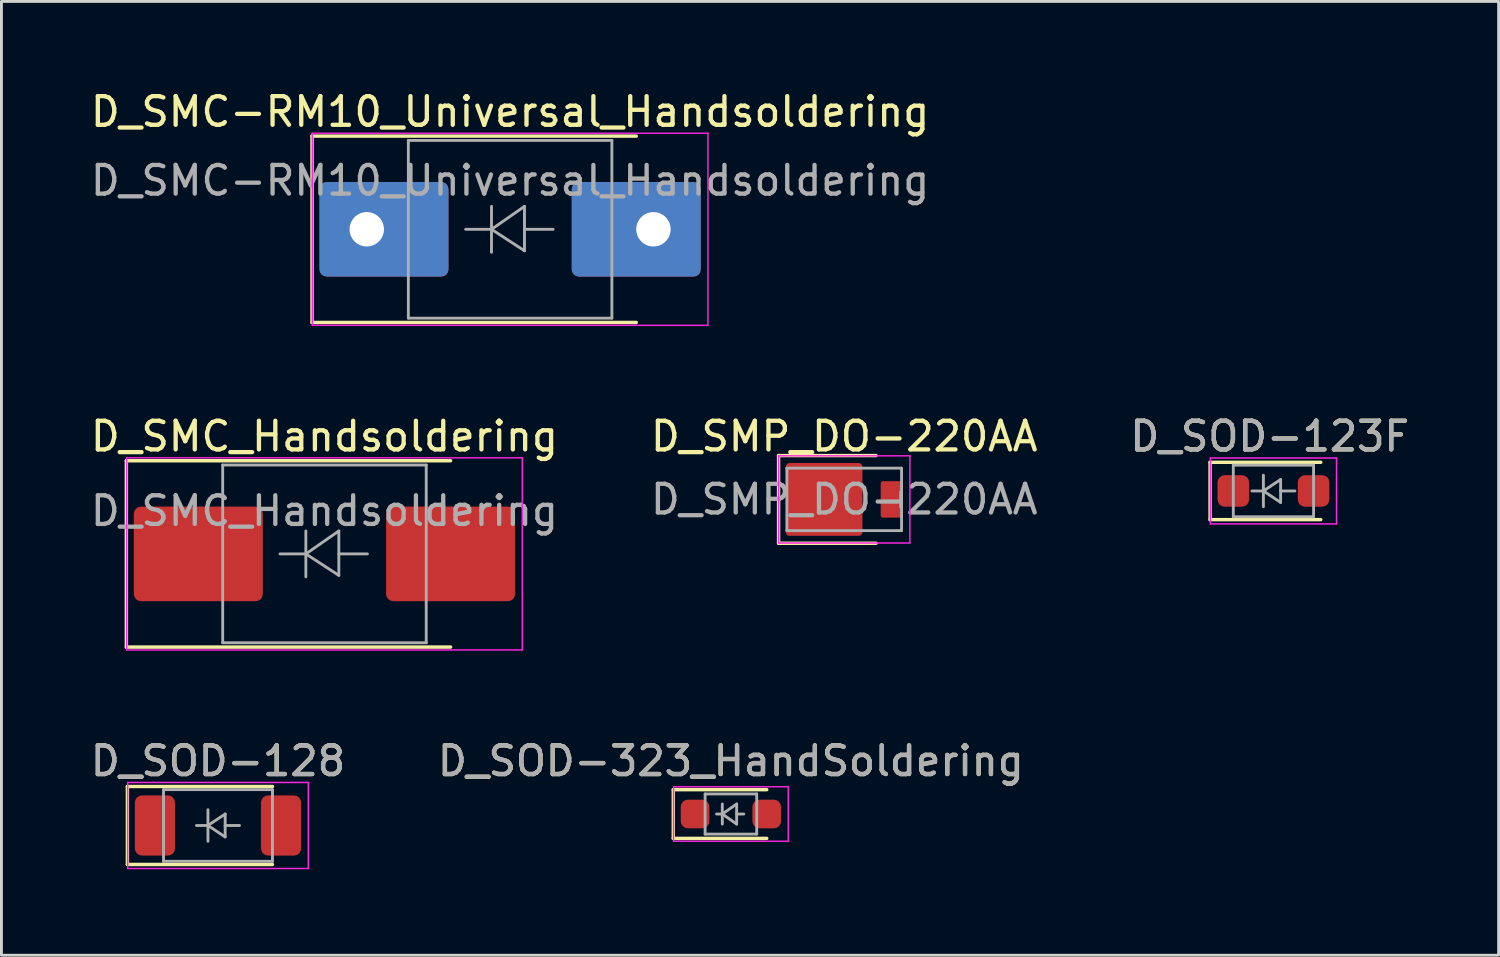
<source format=kicad_pcb>
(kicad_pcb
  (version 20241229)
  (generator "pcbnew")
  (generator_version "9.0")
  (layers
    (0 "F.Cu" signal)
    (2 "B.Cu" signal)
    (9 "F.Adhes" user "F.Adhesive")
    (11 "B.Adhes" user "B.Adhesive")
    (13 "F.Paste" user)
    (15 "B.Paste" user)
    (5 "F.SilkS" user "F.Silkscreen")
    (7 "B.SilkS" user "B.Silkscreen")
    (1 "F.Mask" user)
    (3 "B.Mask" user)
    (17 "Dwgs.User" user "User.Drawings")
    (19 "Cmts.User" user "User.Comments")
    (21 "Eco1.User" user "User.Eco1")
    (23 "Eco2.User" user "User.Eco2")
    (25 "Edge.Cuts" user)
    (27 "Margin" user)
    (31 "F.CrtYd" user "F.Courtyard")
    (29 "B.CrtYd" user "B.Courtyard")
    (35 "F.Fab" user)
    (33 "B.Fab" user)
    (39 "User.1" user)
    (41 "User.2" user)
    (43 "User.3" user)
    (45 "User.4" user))
  (footprint "D_SOD-128"
    (layer "F.Cu")
    (at 4.554 25.745)
    (property "Reference" "D_SOD-128" (at 0 -2.25 0) (layer "F.SilkS") (effects (font (size 1 1) (thickness 0.15))))
    (attr smd)
    (fp_line (start -3.16 -1.36) (end -3.16 1.36) (stroke (width 0.12) (type solid)) (layer "F.SilkS"))
    (fp_line (start -3.16 -1.36) (end 1.9 -1.36) (stroke (width 0.12) (type solid)) (layer "F.SilkS"))
    (fp_line (start -3.16 1.36) (end 1.9 1.36) (stroke (width 0.12) (type solid)) (layer "F.SilkS"))
    (fp_line (start -3.15 -1.5) (end -3.15 1.5) (stroke (width 0.05) (type solid)) (layer "F.CrtYd"))
    (fp_line (start -3.15 -1.5) (end 3.15 -1.5) (stroke (width 0.05) (type solid)) (layer "F.CrtYd"))
    (fp_line (start 3.15 -1.5) (end 3.15 1.5) (stroke (width 0.05) (type solid)) (layer "F.CrtYd"))
    (fp_line (start 3.15 1.5) (end -3.15 1.5) (stroke (width 0.05) (type solid)) (layer "F.CrtYd"))
    (fp_line (start -1.9 -1.25) (end 1.9 -1.25) (stroke (width 0.1) (type solid)) (layer "F.Fab"))
    (fp_line (start -1.9 1.25) (end -1.9 -1.25) (stroke (width 0.1) (type solid)) (layer "F.Fab"))
    (fp_line (start -0.75 0) (end -0.35 0) (stroke (width 0.1) (type solid)) (layer "F.Fab"))
    (fp_line (start -0.35 0) (end -0.35 -0.55) (stroke (width 0.1) (type solid)) (layer "F.Fab"))
    (fp_line (start -0.35 0) (end -0.35 0.55) (stroke (width 0.1) (type solid)) (layer "F.Fab"))
    (fp_line (start -0.35 0) (end 0.25 -0.4) (stroke (width 0.1) (type solid)) (layer "F.Fab"))
    (fp_line (start 0.25 -0.4) (end 0.25 0.4) (stroke (width 0.1) (type solid)) (layer "F.Fab"))
    (fp_line (start 0.25 0) (end 0.75 0) (stroke (width 0.1) (type solid)) (layer "F.Fab"))
    (fp_line (start 0.25 0.4) (end -0.35 0) (stroke (width 0.1) (type solid)) (layer "F.Fab"))
    (fp_line (start 1.9 -1.25) (end 1.9 1.25) (stroke (width 0.1) (type solid)) (layer "F.Fab"))
    (fp_line (start 1.9 1.25) (end -1.9 1.25) (stroke (width 0.1) (type solid)) (layer "F.Fab"))
    (fp_text user "${REFERENCE}" (at 0 -2.25 0) (layer "F.Fab") (effects (font (size 1 1) (thickness 0.15))))
    (pad "1" smd roundrect (at -2.2 0) (size 1.4 2.1) (layers "F.Cu" "F.Mask" "F.Paste") (roundrect_rratio 0.179))
    (pad "2" smd roundrect (at 2.2 0) (size 1.4 2.1) (layers "F.Cu" "F.Mask" "F.Paste") (roundrect_rratio 0.179)))
  (footprint "D_SOD-123F"
    (layer "F.Cu")
    (at 41.371 14.076)
    (property "Reference" "D_SOD-123F" (at -0.127 -1.905 0) (layer "F.SilkS") (effects (font (size 1 1) (thickness 0.15))))
    (attr smd)
    (fp_line (start -2.21 -1) (end -2.21 1) (stroke (width 0.12) (type solid)) (layer "F.SilkS"))
    (fp_line (start -2.21 -1) (end 1.65 -1) (stroke (width 0.12) (type solid)) (layer "F.SilkS"))
    (fp_line (start -2.21 1) (end 1.65 1) (stroke (width 0.12) (type solid)) (layer "F.SilkS"))
    (fp_line (start -2.2 -1.15) (end -2.2 1.15) (stroke (width 0.05) (type solid)) (layer "F.CrtYd"))
    (fp_line (start -2.2 -1.15) (end 2.2 -1.15) (stroke (width 0.05) (type solid)) (layer "F.CrtYd"))
    (fp_line (start 2.2 -1.15) (end 2.2 1.15) (stroke (width 0.05) (type solid)) (layer "F.CrtYd"))
    (fp_line (start 2.2 1.15) (end -2.2 1.15) (stroke (width 0.05) (type solid)) (layer "F.CrtYd"))
    (fp_line (start -1.4 -0.9) (end 1.4 -0.9) (stroke (width 0.1) (type solid)) (layer "F.Fab"))
    (fp_line (start -1.4 0.9) (end -1.4 -0.9) (stroke (width 0.1) (type solid)) (layer "F.Fab"))
    (fp_line (start -0.75 0) (end -0.35 0) (stroke (width 0.1) (type solid)) (layer "F.Fab"))
    (fp_line (start -0.35 0) (end -0.35 -0.55) (stroke (width 0.1) (type solid)) (layer "F.Fab"))
    (fp_line (start -0.35 0) (end -0.35 0.55) (stroke (width 0.1) (type solid)) (layer "F.Fab"))
    (fp_line (start -0.35 0) (end 0.25 -0.4) (stroke (width 0.1) (type solid)) (layer "F.Fab"))
    (fp_line (start 0.25 -0.4) (end 0.25 0.4) (stroke (width 0.1) (type solid)) (layer "F.Fab"))
    (fp_line (start 0.25 0) (end 0.75 0) (stroke (width 0.1) (type solid)) (layer "F.Fab"))
    (fp_line (start 0.25 0.4) (end -0.35 0) (stroke (width 0.1) (type solid)) (layer "F.Fab"))
    (fp_line (start 1.4 -0.9) (end 1.4 0.9) (stroke (width 0.1) (type solid)) (layer "F.Fab"))
    (fp_line (start 1.4 0.9) (end -1.4 0.9) (stroke (width 0.1) (type solid)) (layer "F.Fab"))
    (fp_text user "${REFERENCE}" (at -0.127 -1.905 0) (layer "F.Fab") (effects (font (size 1 1) (thickness 0.15))))
    (pad "1" smd roundrect (at -1.4 0) (size 1.1 1.1) (layers "F.Cu" "F.Mask" "F.Paste") (roundrect_rratio 0.227))
    (pad "2" smd roundrect (at 1.4 0) (size 1.1 1.1) (layers "F.Cu" "F.Mask" "F.Paste") (roundrect_rratio 0.227)))
  (footprint "D_SMC-RM10_Universal_Handsoldering"
    (layer "F.Cu")
    (at 14.744 4.948)
    (property "Reference" "D_SMC-RM10_Universal_Handsoldering" (at 0 -4.1 0) (layer "F.SilkS") (effects (font (size 1 1) (thickness 0.15))))
    (attr through_hole)
    (fp_line (start -6.91 -3.25) (end 4.4 -3.25) (stroke (width 0.12) (type solid)) (layer "F.SilkS"))
    (fp_line (start -6.91 3.25) (end -6.91 -3.25) (stroke (width 0.12) (type solid)) (layer "F.SilkS"))
    (fp_line (start -6.91 3.25) (end 4.4 3.25) (stroke (width 0.12) (type solid)) (layer "F.SilkS"))
    (fp_line (start -6.9 -3.35) (end 6.9 -3.35) (stroke (width 0.05) (type solid)) (layer "F.CrtYd"))
    (fp_line (start -6.9 3.35) (end -6.9 -3.35) (stroke (width 0.05) (type solid)) (layer "F.CrtYd"))
    (fp_line (start 6.9 -3.35) (end 6.9 3.35) (stroke (width 0.05) (type solid)) (layer "F.CrtYd"))
    (fp_line (start 6.9 3.35) (end -6.9 3.35) (stroke (width 0.05) (type solid)) (layer "F.CrtYd"))
    (fp_line (start -3.55 3.1) (end -3.55 -3.1) (stroke (width 0.1) (type solid)) (layer "F.Fab"))
    (fp_line (start -0.649 -0.799) (end -0.649 0.801) (stroke (width 0.1) (type solid)) (layer "F.Fab"))
    (fp_line (start -0.649 0.001) (end -1.551 0.001) (stroke (width 0.1) (type solid)) (layer "F.Fab"))
    (fp_line (start -0.649 0.001) (end 0.501 -0.799) (stroke (width 0.1) (type solid)) (layer "F.Fab"))
    (fp_line (start -0.649 0.001) (end 0.501 0.75) (stroke (width 0.1) (type solid)) (layer "F.Fab"))
    (fp_line (start 0.501 0.001) (end 1.499 0.001) (stroke (width 0.1) (type solid)) (layer "F.Fab"))
    (fp_line (start 0.501 0.75) (end 0.501 -0.799) (stroke (width 0.1) (type solid)) (layer "F.Fab"))
    (fp_line (start 3.55 -3.1) (end -3.55 -3.1) (stroke (width 0.1) (type solid)) (layer "F.Fab"))
    (fp_line (start 3.55 -3.1) (end 3.55 3.1) (stroke (width 0.1) (type solid)) (layer "F.Fab"))
    (fp_line (start 3.55 3.1) (end -3.55 3.1) (stroke (width 0.1) (type solid)) (layer "F.Fab"))
    (fp_text user "${REFERENCE}" (at 0 -1.7 0) (layer "F.Fab") (effects (font (size 1 1) (thickness 0.15))))
    (pad "1" thru_hole roundrect (at -5 0) (size 4.5 3.3) (drill 1.2 (offset 0.6 0)) (layers "*.Cu" "*.Mask") (roundrect_rratio 0.076))
    (pad "2" thru_hole roundrect (at 5 0 180) (size 4.5 3.3) (drill 1.2 (offset 0.6 0)) (layers "*.Cu" "*.Mask") (roundrect_rratio 0.076)))
  (footprint "D_SMP_DO-220AA"
    (layer "F.Cu")
    (at 26.399 14.371)
    (property "Reference" "D_SMP_DO-220AA" (at 0 -2.2 0) (layer "F.SilkS") (effects (font (size 1 1) (thickness 0.15))))
    (attr smd)
    (fp_line (start -2.29 -1.53) (end -2.29 1.53) (stroke (width 0.12) (type solid)) (layer "F.SilkS"))
    (fp_line (start -2.29 -1.53) (end 1.11 -1.53) (stroke (width 0.12) (type solid)) (layer "F.SilkS"))
    (fp_line (start -2.29 1.53) (end 1.11 1.53) (stroke (width 0.12) (type solid)) (layer "F.SilkS"))
    (fp_line (start -2.29 -1.52) (end -2.29 1.52) (stroke (width 0.05) (type solid)) (layer "F.CrtYd"))
    (fp_line (start -2.29 1.52) (end 2.29 1.52) (stroke (width 0.05) (type solid)) (layer "F.CrtYd"))
    (fp_line (start 2.29 -1.52) (end -2.29 -1.52) (stroke (width 0.05) (type solid)) (layer "F.CrtYd"))
    (fp_line (start 2.29 1.52) (end 2.29 -1.52) (stroke (width 0.05) (type solid)) (layer "F.CrtYd"))
    (fp_line (start -2 -1.09) (end -2 1.09) (stroke (width 0.1) (type solid)) (layer "F.Fab"))
    (fp_line (start 1.97 0.265) (end 1.97 -0.265) (stroke (width 0.1) (type solid)) (layer "F.Fab"))
    (fp_line (start 2 -1.09) (end -2 -1.09) (stroke (width 0.1) (type solid)) (layer "F.Fab"))
    (fp_line (start 2 -1.09) (end 2 1.09) (stroke (width 0.1) (type solid)) (layer "F.Fab"))
    (fp_line (start 2 1.09) (end -2 1.09) (stroke (width 0.1) (type solid)) (layer "F.Fab"))
    (fp_text user "${REFERENCE}" (at 0 0 0) (layer "F.Fab") (effects (font (size 1 1) (thickness 0.15))))
    (pad "1" smd roundrect (at -0.699 0) (size 2.67 2.54) (layers "F.Cu" "F.Mask" "F.Paste") (roundrect_rratio 0.05))
    (pad "2" smd roundrect (at 1.653 0) (size 0.762 1.27) (layers "F.Cu" "F.Mask" "F.Paste") (roundrect_rratio 0.1)))
  (footprint "D_SOD-323_HandSoldering"
    (layer "F.Cu")
    (at 22.446 25.345)
    (property "Reference" "D_SOD-323_HandSoldering" (at 0 -1.85 0) (layer "F.SilkS") (effects (font (size 1 1) (thickness 0.15))))
    (attr smd)
    (fp_line (start -2.01 -0.85) (end -2.01 0.85) (stroke (width 0.12) (type solid)) (layer "F.SilkS"))
    (fp_line (start -2.01 -0.85) (end 1.25 -0.85) (stroke (width 0.12) (type solid)) (layer "F.SilkS"))
    (fp_line (start -2.01 0.85) (end 1.25 0.85) (stroke (width 0.12) (type solid)) (layer "F.SilkS"))
    (fp_line (start -2 -0.95) (end -2 0.95) (stroke (width 0.05) (type solid)) (layer "F.CrtYd"))
    (fp_line (start -2 -0.95) (end 2 -0.95) (stroke (width 0.05) (type solid)) (layer "F.CrtYd"))
    (fp_line (start -2 0.95) (end 2 0.95) (stroke (width 0.05) (type solid)) (layer "F.CrtYd"))
    (fp_line (start 2 -0.95) (end 2 0.95) (stroke (width 0.05) (type solid)) (layer "F.CrtYd"))
    (fp_line (start -0.9 -0.7) (end 0.9 -0.7) (stroke (width 0.1) (type solid)) (layer "F.Fab"))
    (fp_line (start -0.9 0.7) (end -0.9 -0.7) (stroke (width 0.1) (type solid)) (layer "F.Fab"))
    (fp_line (start -0.3 -0.35) (end -0.3 0.35) (stroke (width 0.1) (type solid)) (layer "F.Fab"))
    (fp_line (start -0.3 0) (end -0.5 0) (stroke (width 0.1) (type solid)) (layer "F.Fab"))
    (fp_line (start -0.3 0) (end 0.2 -0.35) (stroke (width 0.1) (type solid)) (layer "F.Fab"))
    (fp_line (start 0.2 -0.35) (end 0.2 0.35) (stroke (width 0.1) (type solid)) (layer "F.Fab"))
    (fp_line (start 0.2 0) (end 0.45 0) (stroke (width 0.1) (type solid)) (layer "F.Fab"))
    (fp_line (start 0.2 0.35) (end -0.3 0) (stroke (width 0.1) (type solid)) (layer "F.Fab"))
    (fp_line (start 0.9 -0.7) (end 0.9 0.7) (stroke (width 0.1) (type solid)) (layer "F.Fab"))
    (fp_line (start 0.9 0.7) (end -0.9 0.7) (stroke (width 0.1) (type solid)) (layer "F.Fab"))
    (fp_text user "${REFERENCE}" (at 0 -1.85 0) (layer "F.Fab") (effects (font (size 1 1) (thickness 0.15))))
    (pad "1" smd roundrect (at -1.25 0) (size 1 1) (layers "F.Cu" "F.Mask" "F.Paste") (roundrect_rratio 0.25))
    (pad "2" smd roundrect (at 1.25 0) (size 1 1) (layers "F.Cu" "F.Mask" "F.Paste") (roundrect_rratio 0.25)))
  (footprint "D_SMC_Handsoldering"
    (layer "F.Cu")
    (at 8.268 16.271)
    (property "Reference" "D_SMC_Handsoldering" (at 0 -4.1 0) (layer "F.SilkS") (effects (font (size 1 1) (thickness 0.15))))
    (attr smd)
    (fp_line (start -6.91 -3.25) (end 4.4 -3.25) (stroke (width 0.12) (type solid)) (layer "F.SilkS"))
    (fp_line (start -6.91 3.25) (end -6.91 -3.25) (stroke (width 0.12) (type solid)) (layer "F.SilkS"))
    (fp_line (start -6.91 3.25) (end 4.4 3.25) (stroke (width 0.12) (type solid)) (layer "F.SilkS"))
    (fp_line (start -6.9 -3.35) (end 6.9 -3.35) (stroke (width 0.05) (type solid)) (layer "F.CrtYd"))
    (fp_line (start -6.9 3.35) (end -6.9 -3.35) (stroke (width 0.05) (type solid)) (layer "F.CrtYd"))
    (fp_line (start 6.9 -3.35) (end 6.9 3.35) (stroke (width 0.05) (type solid)) (layer "F.CrtYd"))
    (fp_line (start 6.9 3.35) (end -6.9 3.35) (stroke (width 0.05) (type solid)) (layer "F.CrtYd"))
    (fp_line (start -3.55 3.1) (end -3.55 -3.1) (stroke (width 0.1) (type solid)) (layer "F.Fab"))
    (fp_line (start -0.649 -0.799) (end -0.649 0.801) (stroke (width 0.1) (type solid)) (layer "F.Fab"))
    (fp_line (start -0.649 0.001) (end -1.551 0.001) (stroke (width 0.1) (type solid)) (layer "F.Fab"))
    (fp_line (start -0.649 0.001) (end 0.501 -0.799) (stroke (width 0.1) (type solid)) (layer "F.Fab"))
    (fp_line (start -0.649 0.001) (end 0.501 0.75) (stroke (width 0.1) (type solid)) (layer "F.Fab"))
    (fp_line (start 0.501 0.001) (end 1.499 0.001) (stroke (width 0.1) (type solid)) (layer "F.Fab"))
    (fp_line (start 0.501 0.75) (end 0.501 -0.799) (stroke (width 0.1) (type solid)) (layer "F.Fab"))
    (fp_line (start 3.55 -3.1) (end -3.55 -3.1) (stroke (width 0.1) (type solid)) (layer "F.Fab"))
    (fp_line (start 3.55 -3.1) (end 3.55 3.1) (stroke (width 0.1) (type solid)) (layer "F.Fab"))
    (fp_line (start 3.55 3.1) (end -3.55 3.1) (stroke (width 0.1) (type solid)) (layer "F.Fab"))
    (fp_text user "${REFERENCE}" (at 0 -1.5 0) (layer "F.Fab") (effects (font (size 1 1) (thickness 0.15))))
    (pad "1" smd roundrect (at -4.4 0 90) (size 3.3 4.5) (layers "F.Cu" "F.Mask" "F.Paste") (roundrect_rratio 0.076))
    (pad "2" smd roundrect (at 4.4 0 90) (size 3.3 4.5) (layers "F.Cu" "F.Mask" "F.Paste") (roundrect_rratio 0.076)))
  (gr_rect
    (start -3 -3)
    (end 49.226 30.27)
    (stroke (width 0.1) (type default))
    (fill no)
    (layer "Edge.Cuts")))
</source>
